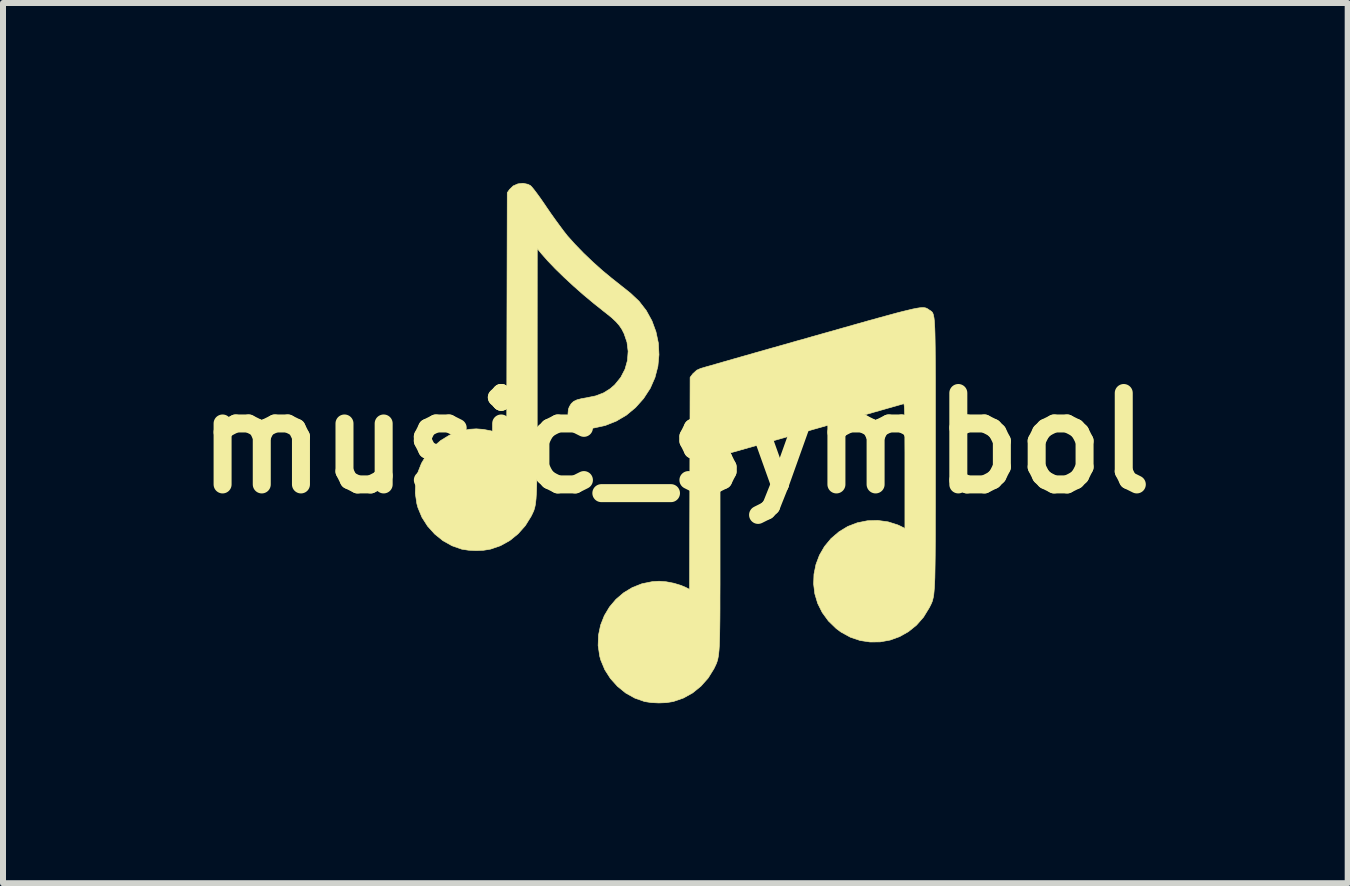
<source format=kicad_pcb>
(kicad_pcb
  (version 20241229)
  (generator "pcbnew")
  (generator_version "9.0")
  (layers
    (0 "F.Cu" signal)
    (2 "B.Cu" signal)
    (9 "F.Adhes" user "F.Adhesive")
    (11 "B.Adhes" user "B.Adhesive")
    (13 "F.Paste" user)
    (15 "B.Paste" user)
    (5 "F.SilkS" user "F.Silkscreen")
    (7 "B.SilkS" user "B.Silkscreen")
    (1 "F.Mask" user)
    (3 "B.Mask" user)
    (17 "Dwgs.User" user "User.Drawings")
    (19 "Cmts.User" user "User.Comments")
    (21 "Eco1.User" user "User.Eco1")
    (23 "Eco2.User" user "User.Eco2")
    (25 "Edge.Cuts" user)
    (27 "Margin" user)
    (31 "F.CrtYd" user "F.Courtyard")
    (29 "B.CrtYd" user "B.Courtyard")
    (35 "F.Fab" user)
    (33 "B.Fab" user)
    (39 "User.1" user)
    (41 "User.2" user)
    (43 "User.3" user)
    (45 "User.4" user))
  (footprint "music_symbol"
    (layer "F.Cu")
    (at 8.208 4.336)
    (property "Reference" "music_symbol" (at 0 0 0) (layer "F.SilkS") (effects (font (size 1.524 1.524) (thickness 0.3))))
    (attr through_hole)
    (fp_poly (pts (xy -2.458 -4.314) (xy -2.416 -4.293) (xy -2.394 -4.271) (xy -2.356 -4.225) (xy -2.306 -4.159) (xy -2.248 -4.079) (xy -2.185 -3.988) (xy -2.152 -3.939) (xy -2.08 -3.834) (xy -2.004 -3.727) (xy -1.93 -3.626) (xy -1.864 -3.537) (xy -1.809 -3.467) (xy -1.799 -3.454) (xy -1.675 -3.316) (xy -1.531 -3.167) (xy -1.374 -3.017) (xy -1.213 -2.873) (xy -1.064 -2.75) (xy -0.982 -2.685) (xy -0.899 -2.619) (xy -0.824 -2.56) (xy -0.765 -2.512) (xy -0.749 -2.5) (xy -0.604 -2.363) (xy -0.484 -2.208) (xy -0.39 -2.037) (xy -0.323 -1.855) (xy -0.283 -1.666) (xy -0.273 -1.473) (xy -0.291 -1.28) (xy -0.34 -1.092) (xy -0.418 -0.914) (xy -0.53 -0.742) (xy -0.664 -0.592) (xy -0.817 -0.465) (xy -0.987 -0.365) (xy -1.169 -0.293) (xy -1.361 -0.251) (xy -1.448 -0.243) (xy -1.551 -0.242) (xy -1.628 -0.254) (xy -1.687 -0.28) (xy -1.735 -0.323) (xy -1.75 -0.342) (xy -1.779 -0.406) (xy -1.79 -0.485) (xy -1.783 -0.563) (xy -1.766 -0.608) (xy -1.735 -0.658) (xy -1.696 -0.694) (xy -1.642 -0.72) (xy -1.567 -0.74) (xy -1.481 -0.755) (xy -1.326 -0.787) (xy -1.196 -0.837) (xy -1.083 -0.908) (xy -1.008 -0.974) (xy -0.91 -1.095) (xy -0.839 -1.232) (xy -0.798 -1.378) (xy -0.787 -1.53) (xy -0.806 -1.682) (xy -0.854 -1.823) (xy -0.891 -1.896) (xy -0.934 -1.96) (xy -0.989 -2.023) (xy -1.059 -2.089) (xy -1.152 -2.164) (xy -1.183 -2.188) (xy -1.354 -2.324) (xy -1.527 -2.468) (xy -1.695 -2.616) (xy -1.855 -2.764) (xy -2.001 -2.906) (xy -2.128 -3.039) (xy -2.233 -3.158) (xy -2.24 -3.167) (xy -2.302 -3.243) (xy -2.303 -1.168) (xy -2.303 -0.852) (xy -2.303 -0.568) (xy -2.303 -0.314) (xy -2.304 -0.088) (xy -2.304 0.112) (xy -2.305 0.287) (xy -2.306 0.439) (xy -2.308 0.571) (xy -2.311 0.684) (xy -2.314 0.779) (xy -2.318 0.86) (xy -2.322 0.927) (xy -2.328 0.982) (xy -2.334 1.028) (xy -2.342 1.067) (xy -2.351 1.099) (xy -2.36 1.128) (xy -2.372 1.154) (xy -2.384 1.18) (xy -2.398 1.208) (xy -2.406 1.224) (xy -2.501 1.377) (xy -2.621 1.512) (xy -2.76 1.625) (xy -2.915 1.711) (xy -3.081 1.768) (xy -3.086 1.769) (xy -3.197 1.787) (xy -3.323 1.792) (xy -3.449 1.786) (xy -3.559 1.769) (xy -3.56 1.769) (xy -3.723 1.712) (xy -3.875 1.627) (xy -4.012 1.516) (xy -4.13 1.385) (xy -4.224 1.238) (xy -4.291 1.077) (xy -4.309 1.012) (xy -4.335 0.835) (xy -4.329 0.661) (xy -4.294 0.494) (xy -4.232 0.337) (xy -4.146 0.193) (xy -4.038 0.065) (xy -3.91 -0.044) (xy -3.765 -0.132) (xy -3.605 -0.195) (xy -3.432 -0.23) (xy -3.319 -0.237) (xy -3.201 -0.228) (xy -3.075 -0.204) (xy -2.955 -0.168) (xy -2.877 -0.135) (xy -2.811 -0.101) (xy -2.807 -2.138) (xy -2.802 -4.174) (xy -2.763 -4.229) (xy -2.703 -4.287) (xy -2.625 -4.321) (xy -2.54 -4.331) (xy -2.458 -4.314)) (stroke (width 0.01) (type solid)) (fill yes) (layer "F.SilkS"))
    (fp_poly (pts (xy 4.164 -2.255) (xy 4.184 -2.249) (xy 4.2 -2.241) (xy 4.216 -2.231) (xy 4.23 -2.221) (xy 4.245 -2.211) (xy 4.258 -2.203) (xy 4.27 -2.194) (xy 4.281 -2.183) (xy 4.29 -2.169) (xy 4.298 -2.149) (xy 4.305 -2.122) (xy 4.312 -2.086) (xy 4.317 -2.04) (xy 4.321 -1.981) (xy 4.325 -1.908) (xy 4.328 -1.82) (xy 4.33 -1.715) (xy 4.332 -1.59) (xy 4.333 -1.444) (xy 4.334 -1.276) (xy 4.335 -1.084) (xy 4.335 -0.866) (xy 4.335 -0.62) (xy 4.335 -0.345) (xy 4.335 -0.039) (xy 4.335 0.18) (xy 4.335 0.51) (xy 4.335 0.807) (xy 4.335 1.074) (xy 4.334 1.313) (xy 4.334 1.525) (xy 4.333 1.712) (xy 4.332 1.875) (xy 4.33 2.018) (xy 4.328 2.14) (xy 4.326 2.245) (xy 4.322 2.334) (xy 4.318 2.409) (xy 4.313 2.471) (xy 4.308 2.523) (xy 4.301 2.566) (xy 4.293 2.601) (xy 4.285 2.632) (xy 4.275 2.658) (xy 4.264 2.683) (xy 4.251 2.709) (xy 4.238 2.735) (xy 4.231 2.748) (xy 4.136 2.903) (xy 4.019 3.036) (xy 3.885 3.144) (xy 3.738 3.227) (xy 3.58 3.284) (xy 3.415 3.314) (xy 3.247 3.316) (xy 3.08 3.291) (xy 2.917 3.236) (xy 2.762 3.151) (xy 2.683 3.093) (xy 2.552 2.966) (xy 2.449 2.825) (xy 2.373 2.673) (xy 2.325 2.513) (xy 2.305 2.349) (xy 2.311 2.185) (xy 2.344 2.023) (xy 2.402 1.869) (xy 2.486 1.724) (xy 2.595 1.592) (xy 2.729 1.478) (xy 2.874 1.39) (xy 3.033 1.329) (xy 3.202 1.295) (xy 3.375 1.29) (xy 3.546 1.313) (xy 3.707 1.364) (xy 3.761 1.389) (xy 3.827 1.423) (xy 3.827 0.38) (xy 3.827 0.158) (xy 3.826 -0.031) (xy 3.826 -0.192) (xy 3.825 -0.324) (xy 3.823 -0.431) (xy 3.821 -0.514) (xy 3.819 -0.576) (xy 3.816 -0.619) (xy 3.812 -0.645) (xy 3.808 -0.655) (xy 3.806 -0.656) (xy 3.787 -0.65) (xy 3.737 -0.636) (xy 3.66 -0.614) (xy 3.557 -0.585) (xy 3.431 -0.549) (xy 3.283 -0.507) (xy 3.117 -0.46) (xy 2.934 -0.408) (xy 2.737 -0.352) (xy 2.529 -0.293) (xy 2.31 -0.231) (xy 2.265 -0.218) (xy 0.745 0.212) (xy 0.745 1.829) (xy 0.745 2.108) (xy 0.745 2.356) (xy 0.744 2.574) (xy 0.744 2.765) (xy 0.743 2.931) (xy 0.741 3.073) (xy 0.739 3.195) (xy 0.736 3.297) (xy 0.733 3.383) (xy 0.728 3.455) (xy 0.722 3.514) (xy 0.715 3.563) (xy 0.707 3.604) (xy 0.697 3.639) (xy 0.686 3.671) (xy 0.673 3.7) (xy 0.658 3.731) (xy 0.642 3.764) (xy 0.547 3.917) (xy 0.427 4.052) (xy 0.288 4.165) (xy 0.133 4.251) (xy -0.033 4.308) (xy -0.038 4.309) (xy -0.149 4.327) (xy -0.275 4.332) (xy -0.401 4.326) (xy -0.511 4.309) (xy -0.512 4.309) (xy -0.675 4.252) (xy -0.827 4.167) (xy -0.964 4.056) (xy -1.082 3.925) (xy -1.176 3.778) (xy -1.243 3.617) (xy -1.261 3.552) (xy -1.287 3.375) (xy -1.281 3.201) (xy -1.246 3.034) (xy -1.184 2.877) (xy -1.098 2.733) (xy -0.99 2.605) (xy -0.862 2.496) (xy -0.717 2.408) (xy -0.557 2.345) (xy -0.384 2.31) (xy -0.271 2.303) (xy -0.153 2.312) (xy -0.027 2.336) (xy 0.093 2.372) (xy 0.171 2.405) (xy 0.237 2.439) (xy 0.246 -1.095) (xy 0.292 -1.156) (xy 0.357 -1.215) (xy 0.419 -1.243) (xy 0.446 -1.251) (xy 0.503 -1.268) (xy 0.589 -1.292) (xy 0.7 -1.324) (xy 0.835 -1.363) (xy 0.992 -1.408) (xy 1.168 -1.458) (xy 1.36 -1.513) (xy 1.568 -1.572) (xy 1.788 -1.634) (xy 2.019 -1.7) (xy 2.258 -1.767) (xy 2.269 -1.771) (xy 2.554 -1.851) (xy 2.808 -1.923) (xy 3.034 -1.987) (xy 3.232 -2.043) (xy 3.406 -2.091) (xy 3.556 -2.132) (xy 3.684 -2.167) (xy 3.793 -2.195) (xy 3.885 -2.217) (xy 3.96 -2.235) (xy 4.021 -2.247) (xy 4.071 -2.255) (xy 4.11 -2.258) (xy 4.14 -2.258) (xy 4.164 -2.255)) (stroke (width 0.01) (type solid)) (fill yes) (layer "F.SilkS")))
  (gr_rect
    (start -3 -3)
    (end 19.416 11.673)
    (stroke (width 0.1) (type default))
    (fill no)
    (layer "Edge.Cuts")))
</source>
